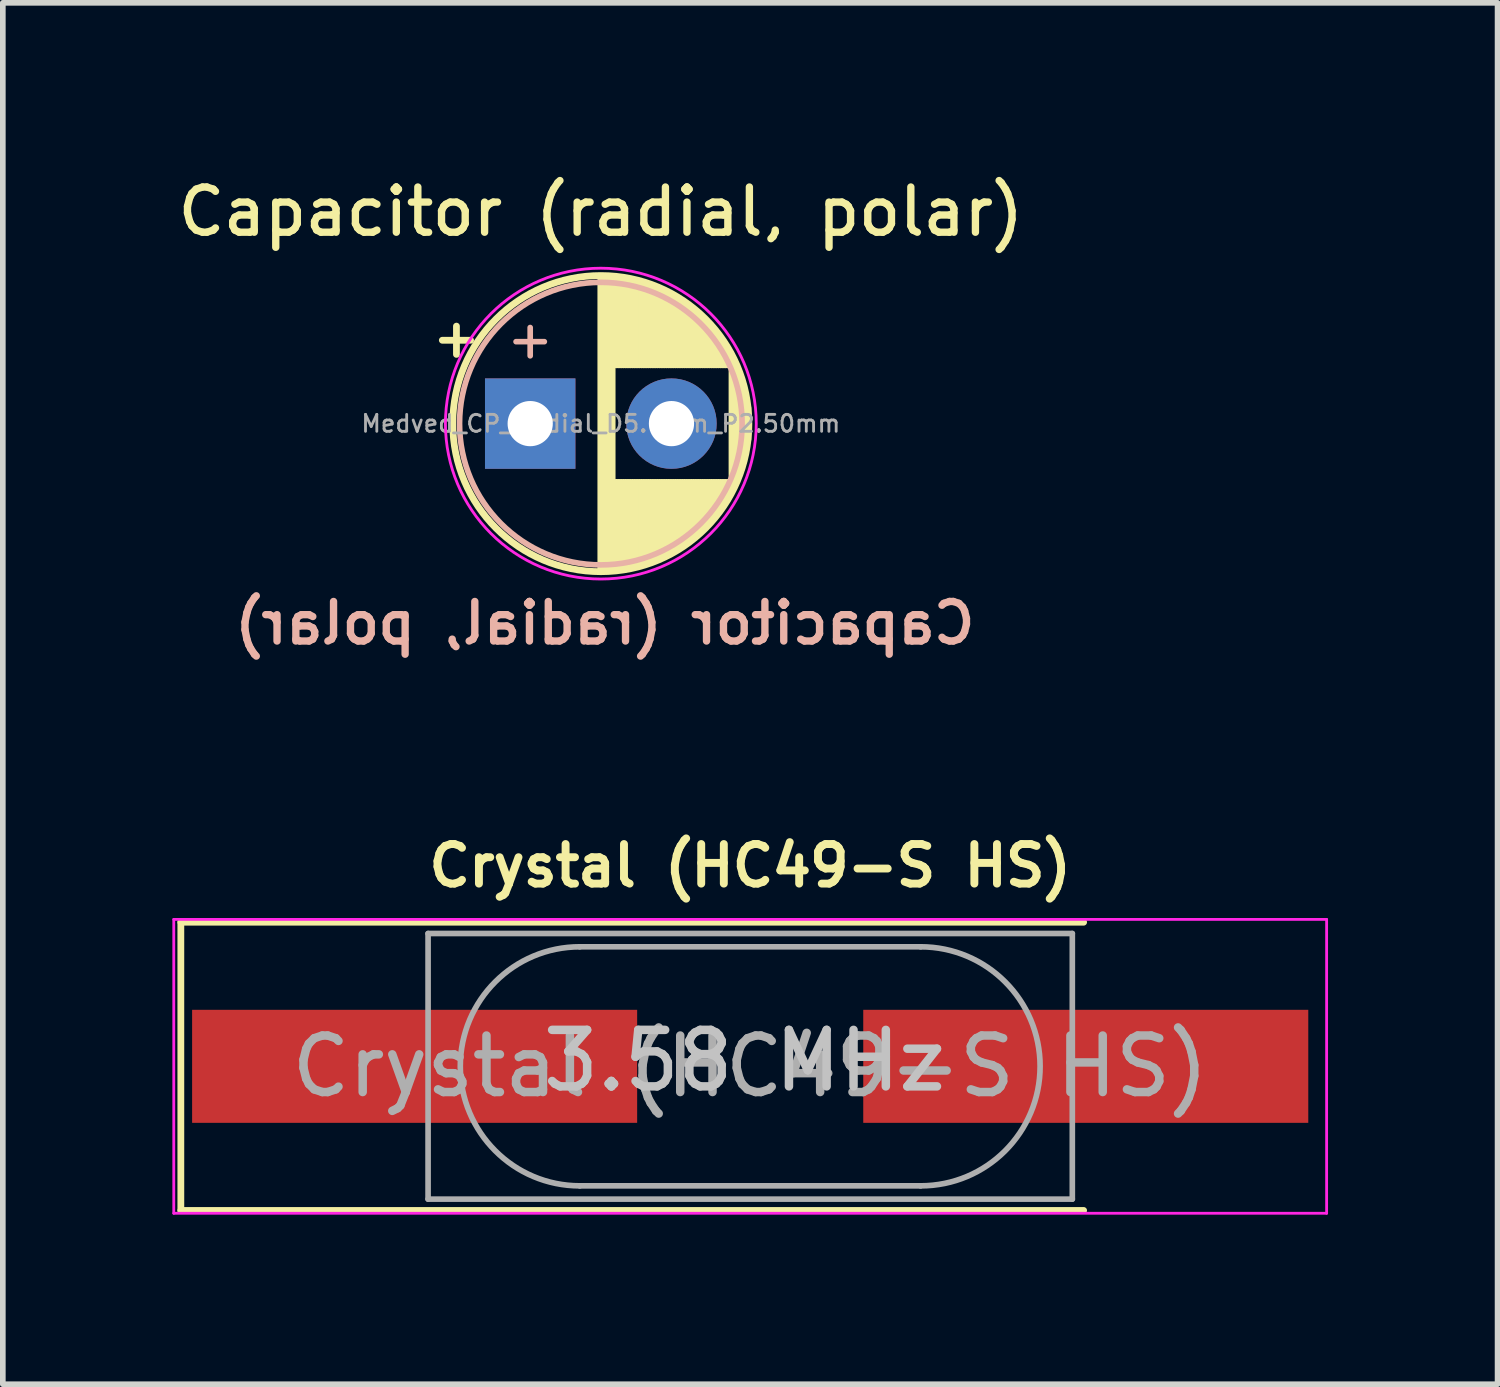
<source format=kicad_pcb>
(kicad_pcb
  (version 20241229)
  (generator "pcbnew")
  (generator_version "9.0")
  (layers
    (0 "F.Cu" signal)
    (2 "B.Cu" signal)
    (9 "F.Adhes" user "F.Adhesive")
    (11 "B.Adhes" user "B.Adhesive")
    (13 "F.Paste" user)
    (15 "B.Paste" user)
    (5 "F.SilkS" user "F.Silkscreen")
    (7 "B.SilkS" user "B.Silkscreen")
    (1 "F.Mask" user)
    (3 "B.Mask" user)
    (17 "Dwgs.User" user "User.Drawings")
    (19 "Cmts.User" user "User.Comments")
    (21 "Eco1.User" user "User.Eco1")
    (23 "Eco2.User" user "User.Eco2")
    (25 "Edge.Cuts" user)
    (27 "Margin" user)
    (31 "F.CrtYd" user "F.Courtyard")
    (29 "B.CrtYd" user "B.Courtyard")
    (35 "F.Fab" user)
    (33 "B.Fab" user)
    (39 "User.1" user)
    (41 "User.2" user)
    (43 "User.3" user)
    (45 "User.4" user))
  (footprint "Capacitor (radial, polar)"
    (layer "F.Cu")
    (at 6.332 4.446)
    (property "Reference" "Capacitor (radial, polar)" (at 1.25 -3.75 0) (layer "F.SilkS") (effects (font (size 0.8 0.8) (thickness 0.13))))
    (property "Value" "Medved_CP_Radial_D5.0mm_P2.50mm" (at 1.25 3.75 0) (layer "F.Fab") (hide yes) (effects (font (size 1 1) (thickness 0.15))))
    (attr through_hole)
    (fp_line (start -1.555 -1.475) (end -1.055 -1.475) (stroke (width 0.12) (type solid)) (layer "F.SilkS"))
    (fp_line (start -1.305 -1.725) (end -1.305 -1.225) (stroke (width 0.12) (type solid)) (layer "F.SilkS"))
    (fp_line (start 1.25 -2.58) (end 1.25 2.58) (stroke (width 0.12) (type solid)) (layer "F.SilkS"))
    (fp_line (start 1.29 -2.58) (end 1.29 2.58) (stroke (width 0.12) (type solid)) (layer "F.SilkS"))
    (fp_line (start 1.33 -2.579) (end 1.33 2.579) (stroke (width 0.12) (type solid)) (layer "F.SilkS"))
    (fp_line (start 1.37 -2.578) (end 1.37 2.578) (stroke (width 0.12) (type solid)) (layer "F.SilkS"))
    (fp_line (start 1.41 -2.576) (end 1.41 2.576) (stroke (width 0.12) (type solid)) (layer "F.SilkS"))
    (fp_line (start 1.45 -2.573) (end 1.45 2.573) (stroke (width 0.12) (type solid)) (layer "F.SilkS"))
    (fp_line (start 1.49 -2.569) (end 1.49 -1.04) (stroke (width 0.12) (type solid)) (layer "F.SilkS"))
    (fp_line (start 1.49 1.04) (end 1.49 2.569) (stroke (width 0.12) (type solid)) (layer "F.SilkS"))
    (fp_line (start 1.53 -2.565) (end 1.53 -1.04) (stroke (width 0.12) (type solid)) (layer "F.SilkS"))
    (fp_line (start 1.53 1.04) (end 1.53 2.565) (stroke (width 0.12) (type solid)) (layer "F.SilkS"))
    (fp_line (start 1.57 -2.561) (end 1.57 -1.04) (stroke (width 0.12) (type solid)) (layer "F.SilkS"))
    (fp_line (start 1.57 1.04) (end 1.57 2.561) (stroke (width 0.12) (type solid)) (layer "F.SilkS"))
    (fp_line (start 1.61 -2.556) (end 1.61 -1.04) (stroke (width 0.12) (type solid)) (layer "F.SilkS"))
    (fp_line (start 1.61 1.04) (end 1.61 2.556) (stroke (width 0.12) (type solid)) (layer "F.SilkS"))
    (fp_line (start 1.65 -2.55) (end 1.65 -1.04) (stroke (width 0.12) (type solid)) (layer "F.SilkS"))
    (fp_line (start 1.65 1.04) (end 1.65 2.55) (stroke (width 0.12) (type solid)) (layer "F.SilkS"))
    (fp_line (start 1.69 -2.543) (end 1.69 -1.04) (stroke (width 0.12) (type solid)) (layer "F.SilkS"))
    (fp_line (start 1.69 1.04) (end 1.69 2.543) (stroke (width 0.12) (type solid)) (layer "F.SilkS"))
    (fp_line (start 1.73 -2.536) (end 1.73 -1.04) (stroke (width 0.12) (type solid)) (layer "F.SilkS"))
    (fp_line (start 1.73 1.04) (end 1.73 2.536) (stroke (width 0.12) (type solid)) (layer "F.SilkS"))
    (fp_line (start 1.77 -2.528) (end 1.77 -1.04) (stroke (width 0.12) (type solid)) (layer "F.SilkS"))
    (fp_line (start 1.77 1.04) (end 1.77 2.528) (stroke (width 0.12) (type solid)) (layer "F.SilkS"))
    (fp_line (start 1.81 -2.52) (end 1.81 -1.04) (stroke (width 0.12) (type solid)) (layer "F.SilkS"))
    (fp_line (start 1.81 1.04) (end 1.81 2.52) (stroke (width 0.12) (type solid)) (layer "F.SilkS"))
    (fp_line (start 1.85 -2.511) (end 1.85 -1.04) (stroke (width 0.12) (type solid)) (layer "F.SilkS"))
    (fp_line (start 1.85 1.04) (end 1.85 2.511) (stroke (width 0.12) (type solid)) (layer "F.SilkS"))
    (fp_line (start 1.89 -2.501) (end 1.89 -1.04) (stroke (width 0.12) (type solid)) (layer "F.SilkS"))
    (fp_line (start 1.89 1.04) (end 1.89 2.501) (stroke (width 0.12) (type solid)) (layer "F.SilkS"))
    (fp_line (start 1.93 -2.491) (end 1.93 -1.04) (stroke (width 0.12) (type solid)) (layer "F.SilkS"))
    (fp_line (start 1.93 1.04) (end 1.93 2.491) (stroke (width 0.12) (type solid)) (layer "F.SilkS"))
    (fp_line (start 1.971 -2.48) (end 1.971 -1.04) (stroke (width 0.12) (type solid)) (layer "F.SilkS"))
    (fp_line (start 1.971 1.04) (end 1.971 2.48) (stroke (width 0.12) (type solid)) (layer "F.SilkS"))
    (fp_line (start 2.011 -2.468) (end 2.011 -1.04) (stroke (width 0.12) (type solid)) (layer "F.SilkS"))
    (fp_line (start 2.011 1.04) (end 2.011 2.468) (stroke (width 0.12) (type solid)) (layer "F.SilkS"))
    (fp_line (start 2.051 -2.455) (end 2.051 -1.04) (stroke (width 0.12) (type solid)) (layer "F.SilkS"))
    (fp_line (start 2.051 1.04) (end 2.051 2.455) (stroke (width 0.12) (type solid)) (layer "F.SilkS"))
    (fp_line (start 2.091 -2.442) (end 2.091 -1.04) (stroke (width 0.12) (type solid)) (layer "F.SilkS"))
    (fp_line (start 2.091 1.04) (end 2.091 2.442) (stroke (width 0.12) (type solid)) (layer "F.SilkS"))
    (fp_line (start 2.131 -2.428) (end 2.131 -1.04) (stroke (width 0.12) (type solid)) (layer "F.SilkS"))
    (fp_line (start 2.131 1.04) (end 2.131 2.428) (stroke (width 0.12) (type solid)) (layer "F.SilkS"))
    (fp_line (start 2.171 -2.414) (end 2.171 -1.04) (stroke (width 0.12) (type solid)) (layer "F.SilkS"))
    (fp_line (start 2.171 1.04) (end 2.171 2.414) (stroke (width 0.12) (type solid)) (layer "F.SilkS"))
    (fp_line (start 2.211 -2.398) (end 2.211 -1.04) (stroke (width 0.12) (type solid)) (layer "F.SilkS"))
    (fp_line (start 2.211 1.04) (end 2.211 2.398) (stroke (width 0.12) (type solid)) (layer "F.SilkS"))
    (fp_line (start 2.251 -2.382) (end 2.251 -1.04) (stroke (width 0.12) (type solid)) (layer "F.SilkS"))
    (fp_line (start 2.251 1.04) (end 2.251 2.382) (stroke (width 0.12) (type solid)) (layer "F.SilkS"))
    (fp_line (start 2.291 -2.365) (end 2.291 -1.04) (stroke (width 0.12) (type solid)) (layer "F.SilkS"))
    (fp_line (start 2.291 1.04) (end 2.291 2.365) (stroke (width 0.12) (type solid)) (layer "F.SilkS"))
    (fp_line (start 2.331 -2.348) (end 2.331 -1.04) (stroke (width 0.12) (type solid)) (layer "F.SilkS"))
    (fp_line (start 2.331 1.04) (end 2.331 2.348) (stroke (width 0.12) (type solid)) (layer "F.SilkS"))
    (fp_line (start 2.371 -2.329) (end 2.371 -1.04) (stroke (width 0.12) (type solid)) (layer "F.SilkS"))
    (fp_line (start 2.371 1.04) (end 2.371 2.329) (stroke (width 0.12) (type solid)) (layer "F.SilkS"))
    (fp_line (start 2.411 -2.31) (end 2.411 -1.04) (stroke (width 0.12) (type solid)) (layer "F.SilkS"))
    (fp_line (start 2.411 1.04) (end 2.411 2.31) (stroke (width 0.12) (type solid)) (layer "F.SilkS"))
    (fp_line (start 2.451 -2.29) (end 2.451 -1.04) (stroke (width 0.12) (type solid)) (layer "F.SilkS"))
    (fp_line (start 2.451 1.04) (end 2.451 2.29) (stroke (width 0.12) (type solid)) (layer "F.SilkS"))
    (fp_line (start 2.491 -2.268) (end 2.491 -1.04) (stroke (width 0.12) (type solid)) (layer "F.SilkS"))
    (fp_line (start 2.491 1.04) (end 2.491 2.268) (stroke (width 0.12) (type solid)) (layer "F.SilkS"))
    (fp_line (start 2.531 -2.247) (end 2.531 -1.04) (stroke (width 0.12) (type solid)) (layer "F.SilkS"))
    (fp_line (start 2.531 1.04) (end 2.531 2.247) (stroke (width 0.12) (type solid)) (layer "F.SilkS"))
    (fp_line (start 2.571 -2.224) (end 2.571 -1.04) (stroke (width 0.12) (type solid)) (layer "F.SilkS"))
    (fp_line (start 2.571 1.04) (end 2.571 2.224) (stroke (width 0.12) (type solid)) (layer "F.SilkS"))
    (fp_line (start 2.611 -2.2) (end 2.611 -1.04) (stroke (width 0.12) (type solid)) (layer "F.SilkS"))
    (fp_line (start 2.611 1.04) (end 2.611 2.2) (stroke (width 0.12) (type solid)) (layer "F.SilkS"))
    (fp_line (start 2.651 -2.175) (end 2.651 -1.04) (stroke (width 0.12) (type solid)) (layer "F.SilkS"))
    (fp_line (start 2.651 1.04) (end 2.651 2.175) (stroke (width 0.12) (type solid)) (layer "F.SilkS"))
    (fp_line (start 2.691 -2.149) (end 2.691 -1.04) (stroke (width 0.12) (type solid)) (layer "F.SilkS"))
    (fp_line (start 2.691 1.04) (end 2.691 2.149) (stroke (width 0.12) (type solid)) (layer "F.SilkS"))
    (fp_line (start 2.731 -2.122) (end 2.731 -1.04) (stroke (width 0.12) (type solid)) (layer "F.SilkS"))
    (fp_line (start 2.731 1.04) (end 2.731 2.122) (stroke (width 0.12) (type solid)) (layer "F.SilkS"))
    (fp_line (start 2.771 -2.095) (end 2.771 -1.04) (stroke (width 0.12) (type solid)) (layer "F.SilkS"))
    (fp_line (start 2.771 1.04) (end 2.771 2.095) (stroke (width 0.12) (type solid)) (layer "F.SilkS"))
    (fp_line (start 2.811 -2.065) (end 2.811 -1.04) (stroke (width 0.12) (type solid)) (layer "F.SilkS"))
    (fp_line (start 2.811 1.04) (end 2.811 2.065) (stroke (width 0.12) (type solid)) (layer "F.SilkS"))
    (fp_line (start 2.851 -2.035) (end 2.851 -1.04) (stroke (width 0.12) (type solid)) (layer "F.SilkS"))
    (fp_line (start 2.851 1.04) (end 2.851 2.035) (stroke (width 0.12) (type solid)) (layer "F.SilkS"))
    (fp_line (start 2.891 -2.004) (end 2.891 -1.04) (stroke (width 0.12) (type solid)) (layer "F.SilkS"))
    (fp_line (start 2.891 1.04) (end 2.891 2.004) (stroke (width 0.12) (type solid)) (layer "F.SilkS"))
    (fp_line (start 2.931 -1.971) (end 2.931 -1.04) (stroke (width 0.12) (type solid)) (layer "F.SilkS"))
    (fp_line (start 2.931 1.04) (end 2.931 1.971) (stroke (width 0.12) (type solid)) (layer "F.SilkS"))
    (fp_line (start 2.971 -1.937) (end 2.971 -1.04) (stroke (width 0.12) (type solid)) (layer "F.SilkS"))
    (fp_line (start 2.971 1.04) (end 2.971 1.937) (stroke (width 0.12) (type solid)) (layer "F.SilkS"))
    (fp_line (start 3.011 -1.901) (end 3.011 -1.04) (stroke (width 0.12) (type solid)) (layer "F.SilkS"))
    (fp_line (start 3.011 1.04) (end 3.011 1.901) (stroke (width 0.12) (type solid)) (layer "F.SilkS"))
    (fp_line (start 3.051 -1.864) (end 3.051 -1.04) (stroke (width 0.12) (type solid)) (layer "F.SilkS"))
    (fp_line (start 3.051 1.04) (end 3.051 1.864) (stroke (width 0.12) (type solid)) (layer "F.SilkS"))
    (fp_line (start 3.091 -1.826) (end 3.091 -1.04) (stroke (width 0.12) (type solid)) (layer "F.SilkS"))
    (fp_line (start 3.091 1.04) (end 3.091 1.826) (stroke (width 0.12) (type solid)) (layer "F.SilkS"))
    (fp_line (start 3.131 -1.785) (end 3.131 -1.04) (stroke (width 0.12) (type solid)) (layer "F.SilkS"))
    (fp_line (start 3.131 1.04) (end 3.131 1.785) (stroke (width 0.12) (type solid)) (layer "F.SilkS"))
    (fp_line (start 3.171 -1.743) (end 3.171 -1.04) (stroke (width 0.12) (type solid)) (layer "F.SilkS"))
    (fp_line (start 3.171 1.04) (end 3.171 1.743) (stroke (width 0.12) (type solid)) (layer "F.SilkS"))
    (fp_line (start 3.211 -1.699) (end 3.211 -1.04) (stroke (width 0.12) (type solid)) (layer "F.SilkS"))
    (fp_line (start 3.211 1.04) (end 3.211 1.699) (stroke (width 0.12) (type solid)) (layer "F.SilkS"))
    (fp_line (start 3.251 -1.653) (end 3.251 -1.04) (stroke (width 0.12) (type solid)) (layer "F.SilkS"))
    (fp_line (start 3.251 1.04) (end 3.251 1.653) (stroke (width 0.12) (type solid)) (layer "F.SilkS"))
    (fp_line (start 3.291 -1.605) (end 3.291 -1.04) (stroke (width 0.12) (type solid)) (layer "F.SilkS"))
    (fp_line (start 3.291 1.04) (end 3.291 1.605) (stroke (width 0.12) (type solid)) (layer "F.SilkS"))
    (fp_line (start 3.331 -1.554) (end 3.331 -1.04) (stroke (width 0.12) (type solid)) (layer "F.SilkS"))
    (fp_line (start 3.331 1.04) (end 3.331 1.554) (stroke (width 0.12) (type solid)) (layer "F.SilkS"))
    (fp_line (start 3.371 -1.5) (end 3.371 -1.04) (stroke (width 0.12) (type solid)) (layer "F.SilkS"))
    (fp_line (start 3.371 1.04) (end 3.371 1.5) (stroke (width 0.12) (type solid)) (layer "F.SilkS"))
    (fp_line (start 3.411 -1.443) (end 3.411 -1.04) (stroke (width 0.12) (type solid)) (layer "F.SilkS"))
    (fp_line (start 3.411 1.04) (end 3.411 1.443) (stroke (width 0.12) (type solid)) (layer "F.SilkS"))
    (fp_line (start 3.451 -1.383) (end 3.451 -1.04) (stroke (width 0.12) (type solid)) (layer "F.SilkS"))
    (fp_line (start 3.451 1.04) (end 3.451 1.383) (stroke (width 0.12) (type solid)) (layer "F.SilkS"))
    (fp_line (start 3.491 -1.319) (end 3.491 -1.04) (stroke (width 0.12) (type solid)) (layer "F.SilkS"))
    (fp_line (start 3.491 1.04) (end 3.491 1.319) (stroke (width 0.12) (type solid)) (layer "F.SilkS"))
    (fp_line (start 3.531 -1.251) (end 3.531 -1.04) (stroke (width 0.12) (type solid)) (layer "F.SilkS"))
    (fp_line (start 3.531 1.04) (end 3.531 1.251) (stroke (width 0.12) (type solid)) (layer "F.SilkS"))
    (fp_line (start 3.571 -1.178) (end 3.571 1.178) (stroke (width 0.12) (type solid)) (layer "F.SilkS"))
    (fp_line (start 3.611 -1.098) (end 3.611 1.098) (stroke (width 0.12) (type solid)) (layer "F.SilkS"))
    (fp_line (start 3.651 -1.011) (end 3.651 1.011) (stroke (width 0.12) (type solid)) (layer "F.SilkS"))
    (fp_line (start 3.691 -0.915) (end 3.691 0.915) (stroke (width 0.12) (type solid)) (layer "F.SilkS"))
    (fp_line (start 3.731 -0.805) (end 3.731 0.805) (stroke (width 0.12) (type solid)) (layer "F.SilkS"))
    (fp_line (start 3.771 -0.677) (end 3.771 0.677) (stroke (width 0.12) (type solid)) (layer "F.SilkS"))
    (fp_line (start 3.811 -0.518) (end 3.811 0.518) (stroke (width 0.12) (type solid)) (layer "F.SilkS"))
    (fp_line (start 3.851 -0.284) (end 3.851 0.284) (stroke (width 0.12) (type solid)) (layer "F.SilkS"))
    (fp_circle (center 1.25 0) (end 3.87 0) (stroke (width 0.12) (type solid)) (fill no) (layer "F.SilkS"))
    (fp_line (start -0.25 -1.45) (end 0.25 -1.45) (stroke (width 0.1) (type solid)) (layer "B.SilkS"))
    (fp_line (start 0 -1.7) (end 0 -1.2) (stroke (width 0.1) (type solid)) (layer "B.SilkS"))
    (fp_circle (center 1.25 0) (end 3.75 0) (stroke (width 0.1) (type solid)) (fill no) (layer "B.SilkS"))
    (fp_circle (center 1.25 0) (end 4 0) (stroke (width 0.05) (type solid)) (fill no) (layer "F.CrtYd"))
    (fp_text user "${REFERENCE}" (at 1.32 3.53 0) (layer "B.SilkS") (effects (font (size 0.7 0.7) (thickness 0.13) (bold yes)) (justify mirror)))
    (fp_text user "${VALUE}" (at 1.25 0 0) (layer "F.Fab") (effects (font (size 0.3 0.3) (thickness 0.05) (bold yes))))
    (pad "1" thru_hole rect (at 0 0) (size 1.6 1.6) (drill 0.8) (layers "*.Cu" "*.Mask"))
    (pad "2" thru_hole circle (at 2.5 0) (size 1.6 1.6) (drill 0.8) (layers "*.Cu" "*.Mask")))
  (footprint "Crystal (HC49-S HS)"
    (layer "F.Cu")
    (at 10.225 15.819)
    (property "Reference" "Crystal (HC49-S HS)" (at 0 -3.55 0) (layer "F.SilkS") (effects (font (size 0.7 0.7) (thickness 0.14) (bold yes))))
    (property "Value" "3.58 MHz" (at 0 3.55 0) (layer "F.Fab") (hide yes) (effects (font (size 1 1) (thickness 0.15))))
    (attr smd)
    (fp_line (start -10.075 -2.55) (end -10.075 2.55) (stroke (width 0.12) (type solid)) (layer "F.SilkS"))
    (fp_line (start -10.075 2.55) (end 5.9 2.55) (stroke (width 0.12) (type solid)) (layer "F.SilkS"))
    (fp_line (start 5.9 -2.55) (end -10.075 -2.55) (stroke (width 0.12) (type solid)) (layer "F.SilkS"))
    (fp_line (start -10.2 -2.6) (end -10.2 2.6) (stroke (width 0.05) (type solid)) (layer "F.CrtYd"))
    (fp_line (start -10.2 2.6) (end 10.2 2.6) (stroke (width 0.05) (type solid)) (layer "F.CrtYd"))
    (fp_line (start 10.2 -2.6) (end -10.2 -2.6) (stroke (width 0.05) (type solid)) (layer "F.CrtYd"))
    (fp_line (start 10.2 2.6) (end 10.2 -2.6) (stroke (width 0.05) (type solid)) (layer "F.CrtYd"))
    (fp_line (start -5.7 -2.35) (end -5.7 2.35) (stroke (width 0.1) (type solid)) (layer "F.Fab"))
    (fp_line (start -5.7 2.35) (end 5.7 2.35) (stroke (width 0.1) (type solid)) (layer "F.Fab"))
    (fp_line (start -3.015 -2.115) (end 3.015 -2.115) (stroke (width 0.1) (type solid)) (layer "F.Fab"))
    (fp_line (start -3.015 2.115) (end 3.015 2.115) (stroke (width 0.1) (type solid)) (layer "F.Fab"))
    (fp_line (start 5.7 -2.35) (end -5.7 -2.35) (stroke (width 0.1) (type solid)) (layer "F.Fab"))
    (fp_line (start 5.7 2.35) (end 5.7 -2.35) (stroke (width 0.1) (type solid)) (layer "F.Fab"))
    (fp_arc (start -3.015 2.115) (mid -5.13 0) (end -3.015 -2.115) (stroke (width 0.1) (type solid)) (layer "F.Fab"))
    (fp_arc (start 3.015 -2.115) (mid 5.13 0) (end 3.015 2.115) (stroke (width 0.1) (type solid)) (layer "F.Fab"))
    (fp_text user "${VALUE}" (at -0.1 -0.1 0) (layer "Dwgs.User") (effects (font (size 1 1) (thickness 0.15))))
    (fp_text user "${REFERENCE}" (at 0 0 0) (layer "F.Fab") (effects (font (size 1 1) (thickness 0.15))))
    (pad "1" smd rect (at -5.938 0) (size 7.875 2) (layers "F.Cu" "F.Mask" "F.Paste"))
    (pad "2" smd rect (at 5.938 0) (size 7.875 2) (layers "F.Cu" "F.Mask" "F.Paste")))
  (gr_rect
    (start -3 -3)
    (end 23.45 21.444)
    (stroke (width 0.1) (type default))
    (fill no)
    (layer "Edge.Cuts")))
</source>
